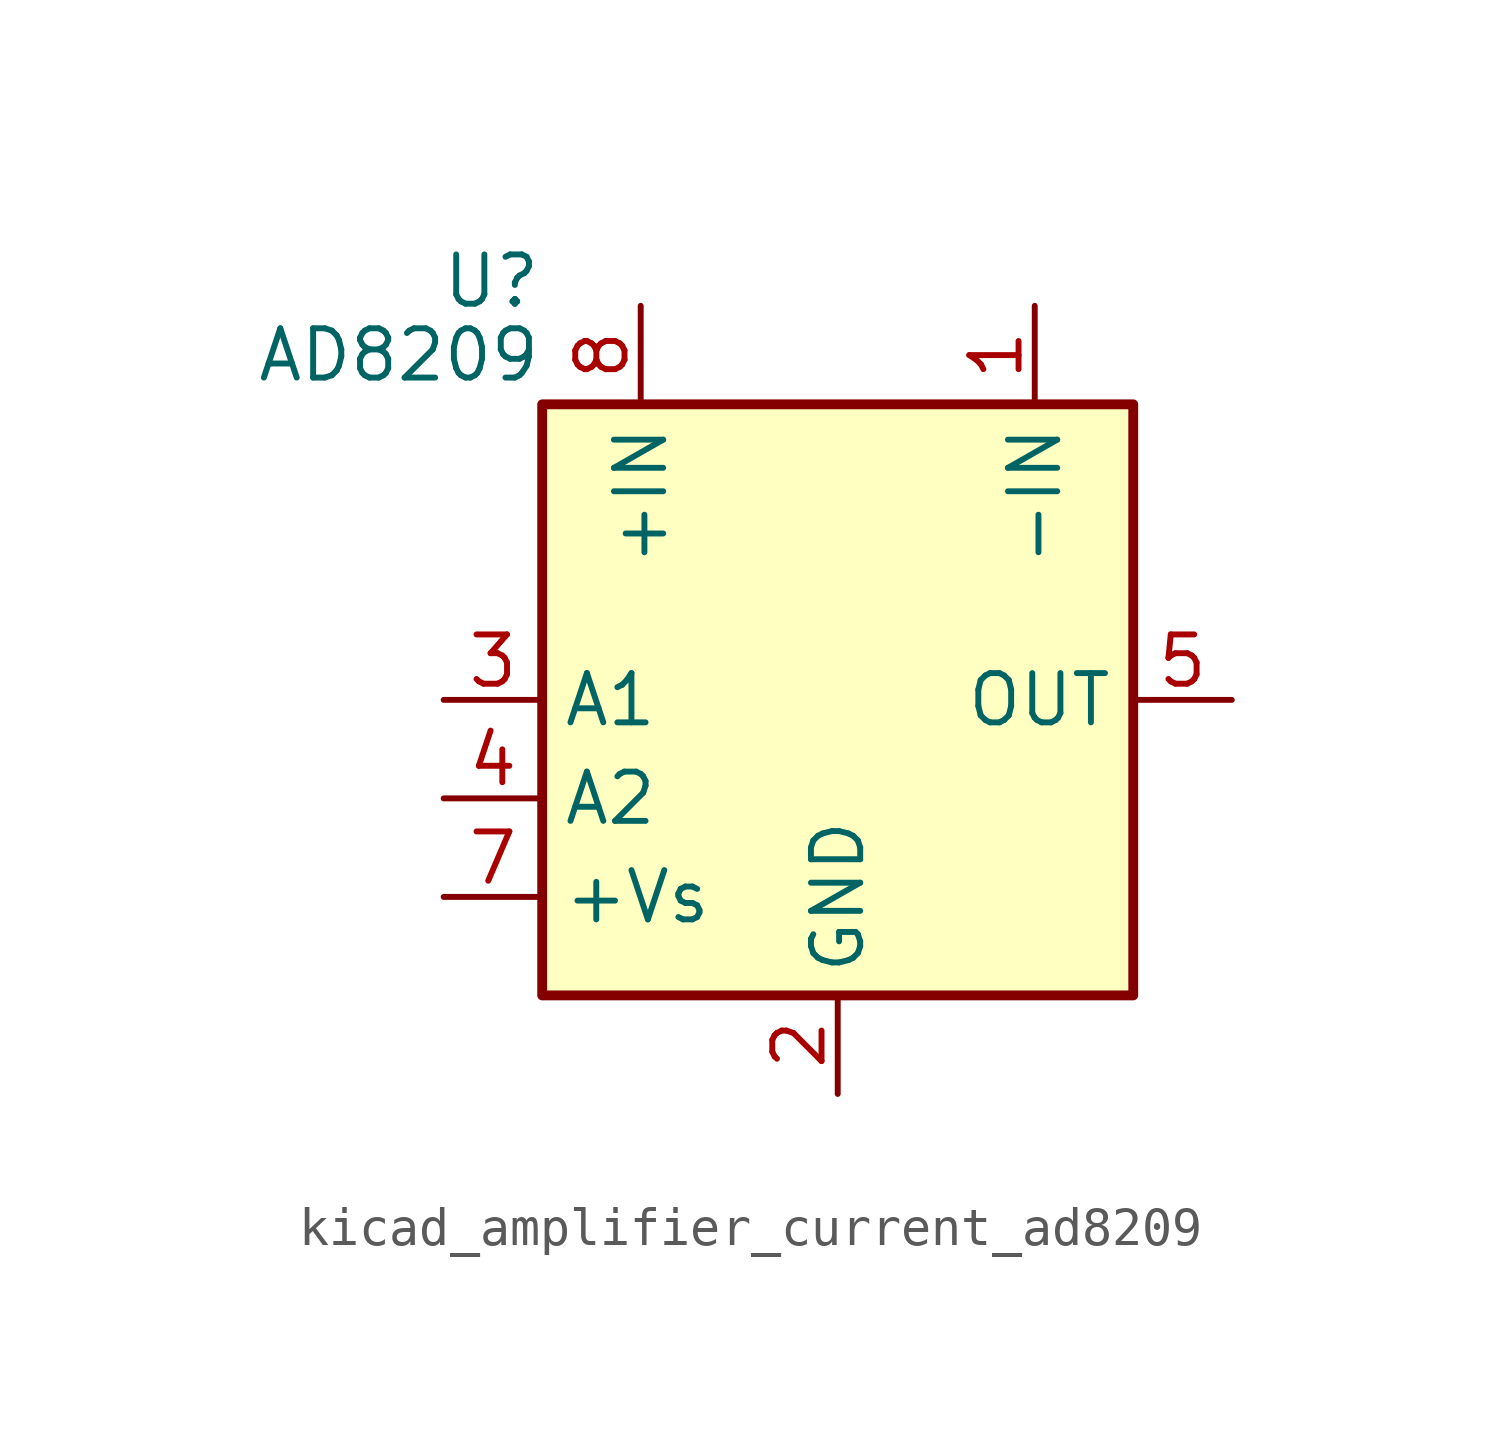
<source format=kicad_sym>
(kicad_symbol_lib
  (version 20220914)
  (generator kicad_symbol_editor)
  (symbol "kicad_amplifier_current_ad8209"
    (property "Reference" "U"
      (at -7.62 10.795 0)
      (effects (font (size 1.27 1.27)) (justify right)))
    (property "Value" "AD8209"
      (at -7.62 8.89 0)
      (effects (font (size 1.27 1.27)) (justify right)))
    (symbol "kicad_amplifier_current_ad8209_0_1"
      (rectangle (start -7.62 7.62) (end 7.62 -7.62) (stroke (width 0.254) (type default)) (fill (type background))))
    (symbol "kicad_amplifier_current_ad8209_1_1"
      (pin input line (at 5.08 10.16 270) (length 2.54) (name "-IN" (effects (font (size 1.27 1.27)))) (number "1" (effects (font (size 1.27 1.27)))))
      (pin power_in line (at 0 -10.16 90) (length 2.54) (name "GND" (effects (font (size 1.27 1.27)))) (number "2" (effects (font (size 1.27 1.27)))))
      (pin output line (at -10.16 0 0) (length 2.54) (name "A1" (effects (font (size 1.27 1.27)))) (number "3" (effects (font (size 1.27 1.27)))))
      (pin input line (at -10.16 -2.54 0) (length 2.54) (name "A2" (effects (font (size 1.27 1.27)))) (number "4" (effects (font (size 1.27 1.27)))))
      (pin output line (at 10.16 0 180) (length 2.54) (name "OUT" (effects (font (size 1.27 1.27)))) (number "5" (effects (font (size 1.27 1.27)))))
      (pin no_connect line (at 2.54 -7.62 90) (length 2.54) hide (name "NC" (effects (font (size 1.27 1.27)))) (number "6" (effects (font (size 1.27 1.27)))))
      (pin power_in line (at -10.16 -5.08 0) (length 2.54) (name "+Vs" (effects (font (size 1.27 1.27)))) (number "7" (effects (font (size 1.27 1.27)))))
      (pin input line (at -5.08 10.16 270) (length 2.54) (name "+IN" (effects (font (size 1.27 1.27)))) (number "8" (effects (font (size 1.27 1.27))))))))
</source>
